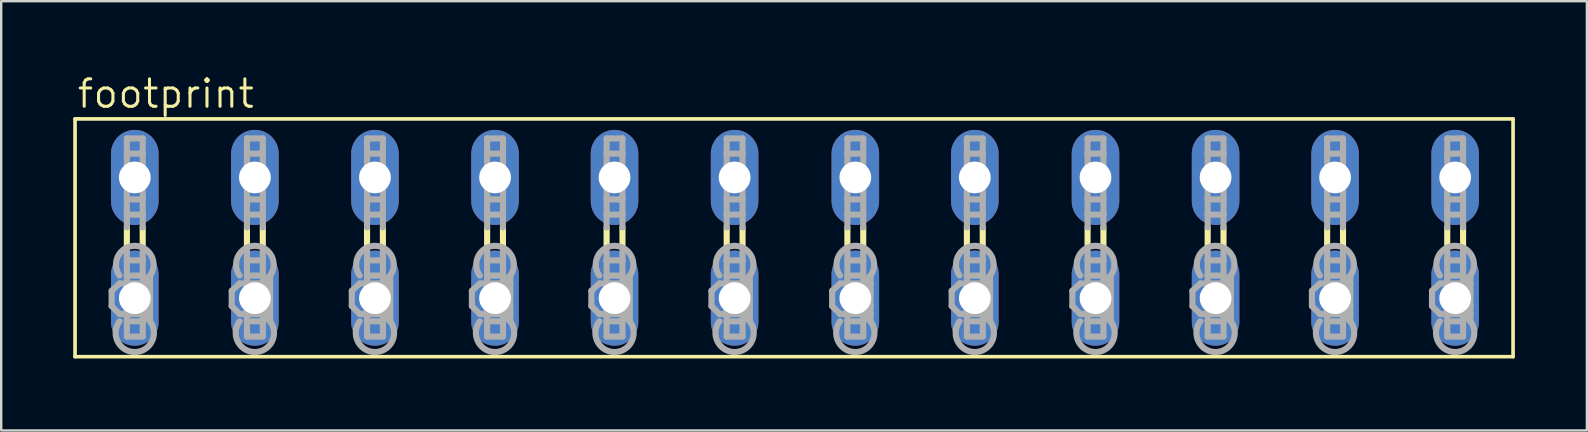
<source format=kicad_pcb>
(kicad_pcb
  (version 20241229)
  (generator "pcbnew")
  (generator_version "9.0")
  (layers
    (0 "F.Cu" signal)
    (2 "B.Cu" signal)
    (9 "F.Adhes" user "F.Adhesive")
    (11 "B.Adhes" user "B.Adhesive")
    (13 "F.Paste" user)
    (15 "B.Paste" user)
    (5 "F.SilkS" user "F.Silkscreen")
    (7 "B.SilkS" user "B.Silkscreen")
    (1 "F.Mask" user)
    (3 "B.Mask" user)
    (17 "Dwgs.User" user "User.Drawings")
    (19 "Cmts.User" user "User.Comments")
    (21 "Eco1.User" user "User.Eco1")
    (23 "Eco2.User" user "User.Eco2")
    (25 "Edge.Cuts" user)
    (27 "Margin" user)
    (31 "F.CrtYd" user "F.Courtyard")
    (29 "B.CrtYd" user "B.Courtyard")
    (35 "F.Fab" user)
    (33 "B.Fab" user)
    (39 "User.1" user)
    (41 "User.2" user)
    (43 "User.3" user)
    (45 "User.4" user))
  (footprint "footprint"
    (layer "F.Cu")
    (at 30.074 6.858)
    (property "Reference" "footprint" (at -29.972 -5.334 0) (layer "F.SilkS") (effects (font (size 1.143 1.143) (thickness 0.127)) (justify left bottom)))
    (fp_line (start -29.997 -4.953) (end -29.997 4.953) (stroke (width 0.152) (type solid)) (layer "F.SilkS"))
    (fp_line (start -29.997 -4.953) (end 29.921 -4.953) (stroke (width 0.152) (type solid)) (layer "F.SilkS"))
    (fp_line (start -27.838 0.432) (end -27.838 -0.432) (stroke (width 0.254) (type solid)) (layer "F.SilkS"))
    (fp_line (start -27.178 0.432) (end -27.178 -0.432) (stroke (width 0.254) (type solid)) (layer "F.SilkS"))
    (fp_line (start -22.835 0.432) (end -22.835 -0.432) (stroke (width 0.254) (type solid)) (layer "F.SilkS"))
    (fp_line (start -22.174 0.432) (end -22.174 -0.432) (stroke (width 0.254) (type solid)) (layer "F.SilkS"))
    (fp_line (start -17.831 0.432) (end -17.831 -0.432) (stroke (width 0.254) (type solid)) (layer "F.SilkS"))
    (fp_line (start -17.17 0.432) (end -17.17 -0.432) (stroke (width 0.254) (type solid)) (layer "F.SilkS"))
    (fp_line (start -12.827 0.432) (end -12.827 -0.432) (stroke (width 0.254) (type solid)) (layer "F.SilkS"))
    (fp_line (start -12.167 0.432) (end -12.167 -0.432) (stroke (width 0.254) (type solid)) (layer "F.SilkS"))
    (fp_line (start -7.849 0.432) (end -7.849 -0.432) (stroke (width 0.254) (type solid)) (layer "F.SilkS"))
    (fp_line (start -7.188 0.432) (end -7.188 -0.432) (stroke (width 0.254) (type solid)) (layer "F.SilkS"))
    (fp_line (start -2.845 0.432) (end -2.845 -0.432) (stroke (width 0.254) (type solid)) (layer "F.SilkS"))
    (fp_line (start -2.184 0.432) (end -2.184 -0.432) (stroke (width 0.254) (type solid)) (layer "F.SilkS"))
    (fp_line (start 2.184 0.432) (end 2.184 -0.432) (stroke (width 0.254) (type solid)) (layer "F.SilkS"))
    (fp_line (start 2.845 0.432) (end 2.845 -0.432) (stroke (width 0.254) (type solid)) (layer "F.SilkS"))
    (fp_line (start 7.163 0.432) (end 7.163 -0.432) (stroke (width 0.254) (type solid)) (layer "F.SilkS"))
    (fp_line (start 7.823 0.432) (end 7.823 -0.432) (stroke (width 0.254) (type solid)) (layer "F.SilkS"))
    (fp_line (start 12.192 0.432) (end 12.192 -0.432) (stroke (width 0.254) (type solid)) (layer "F.SilkS"))
    (fp_line (start 12.852 0.432) (end 12.852 -0.432) (stroke (width 0.254) (type solid)) (layer "F.SilkS"))
    (fp_line (start 17.196 0.432) (end 17.196 -0.432) (stroke (width 0.254) (type solid)) (layer "F.SilkS"))
    (fp_line (start 17.856 0.432) (end 17.856 -0.432) (stroke (width 0.254) (type solid)) (layer "F.SilkS"))
    (fp_line (start 22.174 0.432) (end 22.174 -0.432) (stroke (width 0.254) (type solid)) (layer "F.SilkS"))
    (fp_line (start 22.835 0.432) (end 22.835 -0.432) (stroke (width 0.254) (type solid)) (layer "F.SilkS"))
    (fp_line (start 27.178 0.432) (end 27.178 -0.432) (stroke (width 0.254) (type solid)) (layer "F.SilkS"))
    (fp_line (start 27.838 0.432) (end 27.838 -0.432) (stroke (width 0.254) (type solid)) (layer "F.SilkS"))
    (fp_line (start 29.921 4.953) (end -29.997 4.953) (stroke (width 0.152) (type solid)) (layer "F.SilkS"))
    (fp_line (start 29.921 4.953) (end 29.921 -4.953) (stroke (width 0.152) (type solid)) (layer "F.SilkS"))
    (fp_line (start -28.473 2.21) (end -28.143 1.905) (stroke (width 0.254) (type solid)) (layer "F.Fab"))
    (fp_line (start -28.473 2.845) (end -28.473 2.21) (stroke (width 0.254) (type solid)) (layer "F.Fab"))
    (fp_line (start -28.473 2.845) (end -28.143 3.175) (stroke (width 0.254) (type solid)) (layer "F.Fab"))
    (fp_line (start -27.838 -4.14) (end -27.178 -4.14) (stroke (width 0.254) (type solid)) (layer "F.Fab"))
    (fp_line (start -27.838 -3.505) (end -27.838 -4.14) (stroke (width 0.254) (type solid)) (layer "F.Fab"))
    (fp_line (start -27.838 -3.505) (end -27.838 -1.6) (stroke (width 0.254) (type solid)) (layer "F.Fab"))
    (fp_line (start -27.838 -1.6) (end -27.838 -0.965) (stroke (width 0.254) (type solid)) (layer "F.Fab"))
    (fp_line (start -27.838 -1.6) (end -27.178 -1.6) (stroke (width 0.254) (type solid)) (layer "F.Fab"))
    (fp_line (start -27.838 -0.965) (end -27.178 -0.965) (stroke (width 0.254) (type solid)) (layer "F.Fab"))
    (fp_line (start -27.838 -0.432) (end -27.838 -0.965) (stroke (width 0.254) (type solid)) (layer "F.Fab"))
    (fp_line (start -27.838 0.94) (end -27.838 0.432) (stroke (width 0.254) (type solid)) (layer "F.Fab"))
    (fp_line (start -27.838 0.94) (end -27.178 0.94) (stroke (width 0.254) (type solid)) (layer "F.Fab"))
    (fp_line (start -27.838 1.575) (end -27.838 0.94) (stroke (width 0.254) (type solid)) (layer "F.Fab"))
    (fp_line (start -27.838 1.575) (end -27.838 3.48) (stroke (width 0.254) (type solid)) (layer "F.Fab"))
    (fp_line (start -27.838 3.48) (end -27.838 4.115) (stroke (width 0.254) (type solid)) (layer "F.Fab"))
    (fp_line (start -27.838 3.48) (end -27.178 3.48) (stroke (width 0.254) (type solid)) (layer "F.Fab"))
    (fp_line (start -27.838 4.115) (end -27.178 4.115) (stroke (width 0.254) (type solid)) (layer "F.Fab"))
    (fp_line (start -27.178 -4.14) (end -27.178 -3.505) (stroke (width 0.254) (type solid)) (layer "F.Fab"))
    (fp_line (start -27.178 -3.505) (end -27.838 -3.505) (stroke (width 0.254) (type solid)) (layer "F.Fab"))
    (fp_line (start -27.178 -1.6) (end -27.178 -3.505) (stroke (width 0.254) (type solid)) (layer "F.Fab"))
    (fp_line (start -27.178 -0.965) (end -27.178 -1.6) (stroke (width 0.254) (type solid)) (layer "F.Fab"))
    (fp_line (start -27.178 -0.432) (end -27.178 -0.965) (stroke (width 0.254) (type solid)) (layer "F.Fab"))
    (fp_line (start -27.178 0.94) (end -27.178 0.432) (stroke (width 0.254) (type solid)) (layer "F.Fab"))
    (fp_line (start -27.178 0.94) (end -27.178 1.575) (stroke (width 0.254) (type solid)) (layer "F.Fab"))
    (fp_line (start -27.178 1.575) (end -27.838 1.575) (stroke (width 0.254) (type solid)) (layer "F.Fab"))
    (fp_line (start -27.178 1.905) (end -28.143 1.905) (stroke (width 0.254) (type solid)) (layer "F.Fab"))
    (fp_line (start -27.178 1.905) (end -27.178 1.575) (stroke (width 0.254) (type solid)) (layer "F.Fab"))
    (fp_line (start -27.178 1.905) (end -26.873 1.575) (stroke (width 0.254) (type solid)) (layer "F.Fab"))
    (fp_line (start -27.178 1.905) (end -26.873 2.21) (stroke (width 0.254) (type solid)) (layer "F.Fab"))
    (fp_line (start -27.178 3.175) (end -28.143 3.175) (stroke (width 0.254) (type solid)) (layer "F.Fab"))
    (fp_line (start -27.178 3.175) (end -27.178 1.905) (stroke (width 0.254) (type solid)) (layer "F.Fab"))
    (fp_line (start -27.178 3.175) (end -26.873 2.845) (stroke (width 0.254) (type solid)) (layer "F.Fab"))
    (fp_line (start -27.178 3.175) (end -26.873 3.48) (stroke (width 0.254) (type solid)) (layer "F.Fab"))
    (fp_line (start -27.178 3.48) (end -27.178 3.175) (stroke (width 0.254) (type solid)) (layer "F.Fab"))
    (fp_line (start -27.178 4.115) (end -27.178 3.48) (stroke (width 0.254) (type solid)) (layer "F.Fab"))
    (fp_line (start -26.873 1.905) (end -27.178 1.905) (stroke (width 0.254) (type solid)) (layer "F.Fab"))
    (fp_line (start -26.873 1.905) (end -26.873 1.575) (stroke (width 0.254) (type solid)) (layer "F.Fab"))
    (fp_line (start -26.873 2.21) (end -26.873 1.905) (stroke (width 0.254) (type solid)) (layer "F.Fab"))
    (fp_line (start -26.873 2.845) (end -26.873 2.21) (stroke (width 0.254) (type solid)) (layer "F.Fab"))
    (fp_line (start -26.873 3.175) (end -27.178 3.175) (stroke (width 0.254) (type solid)) (layer "F.Fab"))
    (fp_line (start -26.873 3.175) (end -26.873 2.845) (stroke (width 0.254) (type solid)) (layer "F.Fab"))
    (fp_line (start -26.873 3.48) (end -26.873 3.175) (stroke (width 0.254) (type solid)) (layer "F.Fab"))
    (fp_line (start -23.47 2.21) (end -23.139 1.905) (stroke (width 0.254) (type solid)) (layer "F.Fab"))
    (fp_line (start -23.47 2.845) (end -23.47 2.21) (stroke (width 0.254) (type solid)) (layer "F.Fab"))
    (fp_line (start -23.47 2.845) (end -23.139 3.175) (stroke (width 0.254) (type solid)) (layer "F.Fab"))
    (fp_line (start -22.835 -4.14) (end -22.174 -4.14) (stroke (width 0.254) (type solid)) (layer "F.Fab"))
    (fp_line (start -22.835 -3.505) (end -22.835 -4.14) (stroke (width 0.254) (type solid)) (layer "F.Fab"))
    (fp_line (start -22.835 -3.505) (end -22.835 -1.6) (stroke (width 0.254) (type solid)) (layer "F.Fab"))
    (fp_line (start -22.835 -1.6) (end -22.835 -0.965) (stroke (width 0.254) (type solid)) (layer "F.Fab"))
    (fp_line (start -22.835 -1.6) (end -22.174 -1.6) (stroke (width 0.254) (type solid)) (layer "F.Fab"))
    (fp_line (start -22.835 -0.965) (end -22.174 -0.965) (stroke (width 0.254) (type solid)) (layer "F.Fab"))
    (fp_line (start -22.835 -0.432) (end -22.835 -0.965) (stroke (width 0.254) (type solid)) (layer "F.Fab"))
    (fp_line (start -22.835 0.94) (end -22.835 0.432) (stroke (width 0.254) (type solid)) (layer "F.Fab"))
    (fp_line (start -22.835 0.94) (end -22.174 0.94) (stroke (width 0.254) (type solid)) (layer "F.Fab"))
    (fp_line (start -22.835 1.575) (end -22.835 0.94) (stroke (width 0.254) (type solid)) (layer "F.Fab"))
    (fp_line (start -22.835 1.575) (end -22.835 3.48) (stroke (width 0.254) (type solid)) (layer "F.Fab"))
    (fp_line (start -22.835 3.48) (end -22.835 4.115) (stroke (width 0.254) (type solid)) (layer "F.Fab"))
    (fp_line (start -22.835 3.48) (end -22.174 3.48) (stroke (width 0.254) (type solid)) (layer "F.Fab"))
    (fp_line (start -22.835 4.115) (end -22.174 4.115) (stroke (width 0.254) (type solid)) (layer "F.Fab"))
    (fp_line (start -22.174 -4.14) (end -22.174 -3.505) (stroke (width 0.254) (type solid)) (layer "F.Fab"))
    (fp_line (start -22.174 -3.505) (end -22.835 -3.505) (stroke (width 0.254) (type solid)) (layer "F.Fab"))
    (fp_line (start -22.174 -1.6) (end -22.174 -3.505) (stroke (width 0.254) (type solid)) (layer "F.Fab"))
    (fp_line (start -22.174 -0.965) (end -22.174 -1.6) (stroke (width 0.254) (type solid)) (layer "F.Fab"))
    (fp_line (start -22.174 -0.432) (end -22.174 -0.965) (stroke (width 0.254) (type solid)) (layer "F.Fab"))
    (fp_line (start -22.174 0.94) (end -22.174 0.432) (stroke (width 0.254) (type solid)) (layer "F.Fab"))
    (fp_line (start -22.174 0.94) (end -22.174 1.575) (stroke (width 0.254) (type solid)) (layer "F.Fab"))
    (fp_line (start -22.174 1.575) (end -22.835 1.575) (stroke (width 0.254) (type solid)) (layer "F.Fab"))
    (fp_line (start -22.174 1.905) (end -23.139 1.905) (stroke (width 0.254) (type solid)) (layer "F.Fab"))
    (fp_line (start -22.174 1.905) (end -22.174 1.575) (stroke (width 0.254) (type solid)) (layer "F.Fab"))
    (fp_line (start -22.174 1.905) (end -21.869 1.575) (stroke (width 0.254) (type solid)) (layer "F.Fab"))
    (fp_line (start -22.174 1.905) (end -21.869 2.21) (stroke (width 0.254) (type solid)) (layer "F.Fab"))
    (fp_line (start -22.174 3.175) (end -23.139 3.175) (stroke (width 0.254) (type solid)) (layer "F.Fab"))
    (fp_line (start -22.174 3.175) (end -22.174 1.905) (stroke (width 0.254) (type solid)) (layer "F.Fab"))
    (fp_line (start -22.174 3.175) (end -21.869 2.845) (stroke (width 0.254) (type solid)) (layer "F.Fab"))
    (fp_line (start -22.174 3.175) (end -21.869 3.48) (stroke (width 0.254) (type solid)) (layer "F.Fab"))
    (fp_line (start -22.174 3.48) (end -22.174 3.175) (stroke (width 0.254) (type solid)) (layer "F.Fab"))
    (fp_line (start -22.174 4.115) (end -22.174 3.48) (stroke (width 0.254) (type solid)) (layer "F.Fab"))
    (fp_line (start -21.869 1.905) (end -22.174 1.905) (stroke (width 0.254) (type solid)) (layer "F.Fab"))
    (fp_line (start -21.869 1.905) (end -21.869 1.575) (stroke (width 0.254) (type solid)) (layer "F.Fab"))
    (fp_line (start -21.869 2.21) (end -21.869 1.905) (stroke (width 0.254) (type solid)) (layer "F.Fab"))
    (fp_line (start -21.869 2.845) (end -21.869 2.21) (stroke (width 0.254) (type solid)) (layer "F.Fab"))
    (fp_line (start -21.869 3.175) (end -22.174 3.175) (stroke (width 0.254) (type solid)) (layer "F.Fab"))
    (fp_line (start -21.869 3.175) (end -21.869 2.845) (stroke (width 0.254) (type solid)) (layer "F.Fab"))
    (fp_line (start -21.869 3.48) (end -21.869 3.175) (stroke (width 0.254) (type solid)) (layer "F.Fab"))
    (fp_line (start -18.466 2.21) (end -18.136 1.905) (stroke (width 0.254) (type solid)) (layer "F.Fab"))
    (fp_line (start -18.466 2.845) (end -18.466 2.21) (stroke (width 0.254) (type solid)) (layer "F.Fab"))
    (fp_line (start -18.466 2.845) (end -18.136 3.175) (stroke (width 0.254) (type solid)) (layer "F.Fab"))
    (fp_line (start -17.831 -4.14) (end -17.17 -4.14) (stroke (width 0.254) (type solid)) (layer "F.Fab"))
    (fp_line (start -17.831 -3.505) (end -17.831 -4.14) (stroke (width 0.254) (type solid)) (layer "F.Fab"))
    (fp_line (start -17.831 -3.505) (end -17.831 -1.6) (stroke (width 0.254) (type solid)) (layer "F.Fab"))
    (fp_line (start -17.831 -1.6) (end -17.17 -1.6) (stroke (width 0.254) (type solid)) (layer "F.Fab"))
    (fp_line (start -17.831 -0.965) (end -17.831 -1.6) (stroke (width 0.254) (type solid)) (layer "F.Fab"))
    (fp_line (start -17.831 -0.965) (end -17.17 -0.965) (stroke (width 0.254) (type solid)) (layer "F.Fab"))
    (fp_line (start -17.831 -0.432) (end -17.831 -0.965) (stroke (width 0.254) (type solid)) (layer "F.Fab"))
    (fp_line (start -17.831 0.94) (end -17.831 0.432) (stroke (width 0.254) (type solid)) (layer "F.Fab"))
    (fp_line (start -17.831 0.94) (end -17.17 0.94) (stroke (width 0.254) (type solid)) (layer "F.Fab"))
    (fp_line (start -17.831 1.575) (end -17.831 0.94) (stroke (width 0.254) (type solid)) (layer "F.Fab"))
    (fp_line (start -17.831 1.575) (end -17.831 3.48) (stroke (width 0.254) (type solid)) (layer "F.Fab"))
    (fp_line (start -17.831 3.48) (end -17.831 4.115) (stroke (width 0.254) (type solid)) (layer "F.Fab"))
    (fp_line (start -17.831 3.48) (end -17.17 3.48) (stroke (width 0.254) (type solid)) (layer "F.Fab"))
    (fp_line (start -17.831 4.115) (end -17.17 4.115) (stroke (width 0.254) (type solid)) (layer "F.Fab"))
    (fp_line (start -17.17 -4.14) (end -17.17 -3.505) (stroke (width 0.254) (type solid)) (layer "F.Fab"))
    (fp_line (start -17.17 -3.505) (end -17.831 -3.505) (stroke (width 0.254) (type solid)) (layer "F.Fab"))
    (fp_line (start -17.17 -1.6) (end -17.17 -3.505) (stroke (width 0.254) (type solid)) (layer "F.Fab"))
    (fp_line (start -17.17 -0.965) (end -17.17 -1.6) (stroke (width 0.254) (type solid)) (layer "F.Fab"))
    (fp_line (start -17.17 -0.432) (end -17.17 -0.965) (stroke (width 0.254) (type solid)) (layer "F.Fab"))
    (fp_line (start -17.17 0.94) (end -17.17 0.432) (stroke (width 0.254) (type solid)) (layer "F.Fab"))
    (fp_line (start -17.17 0.94) (end -17.17 1.575) (stroke (width 0.254) (type solid)) (layer "F.Fab"))
    (fp_line (start -17.17 1.575) (end -17.831 1.575) (stroke (width 0.254) (type solid)) (layer "F.Fab"))
    (fp_line (start -17.17 1.905) (end -18.136 1.905) (stroke (width 0.254) (type solid)) (layer "F.Fab"))
    (fp_line (start -17.17 1.905) (end -17.17 1.575) (stroke (width 0.254) (type solid)) (layer "F.Fab"))
    (fp_line (start -17.17 1.905) (end -16.866 1.575) (stroke (width 0.254) (type solid)) (layer "F.Fab"))
    (fp_line (start -17.17 1.905) (end -16.866 2.21) (stroke (width 0.254) (type solid)) (layer "F.Fab"))
    (fp_line (start -17.17 3.175) (end -18.136 3.175) (stroke (width 0.254) (type solid)) (layer "F.Fab"))
    (fp_line (start -17.17 3.175) (end -17.17 1.905) (stroke (width 0.254) (type solid)) (layer "F.Fab"))
    (fp_line (start -17.17 3.175) (end -16.866 2.845) (stroke (width 0.254) (type solid)) (layer "F.Fab"))
    (fp_line (start -17.17 3.175) (end -16.866 3.48) (stroke (width 0.254) (type solid)) (layer "F.Fab"))
    (fp_line (start -17.17 3.48) (end -17.17 3.175) (stroke (width 0.254) (type solid)) (layer "F.Fab"))
    (fp_line (start -17.17 4.115) (end -17.17 3.48) (stroke (width 0.254) (type solid)) (layer "F.Fab"))
    (fp_line (start -16.866 1.905) (end -17.17 1.905) (stroke (width 0.254) (type solid)) (layer "F.Fab"))
    (fp_line (start -16.866 1.905) (end -16.866 1.575) (stroke (width 0.254) (type solid)) (layer "F.Fab"))
    (fp_line (start -16.866 2.21) (end -16.866 1.905) (stroke (width 0.254) (type solid)) (layer "F.Fab"))
    (fp_line (start -16.866 2.845) (end -16.866 2.21) (stroke (width 0.254) (type solid)) (layer "F.Fab"))
    (fp_line (start -16.866 3.175) (end -17.17 3.175) (stroke (width 0.254) (type solid)) (layer "F.Fab"))
    (fp_line (start -16.866 3.175) (end -16.866 2.845) (stroke (width 0.254) (type solid)) (layer "F.Fab"))
    (fp_line (start -16.866 3.48) (end -16.866 3.175) (stroke (width 0.254) (type solid)) (layer "F.Fab"))
    (fp_line (start -13.462 2.21) (end -13.132 1.905) (stroke (width 0.254) (type solid)) (layer "F.Fab"))
    (fp_line (start -13.462 2.845) (end -13.462 2.21) (stroke (width 0.254) (type solid)) (layer "F.Fab"))
    (fp_line (start -13.462 2.845) (end -13.132 3.175) (stroke (width 0.254) (type solid)) (layer "F.Fab"))
    (fp_line (start -12.827 -4.14) (end -12.167 -4.14) (stroke (width 0.254) (type solid)) (layer "F.Fab"))
    (fp_line (start -12.827 -3.505) (end -12.827 -4.14) (stroke (width 0.254) (type solid)) (layer "F.Fab"))
    (fp_line (start -12.827 -3.505) (end -12.827 -1.6) (stroke (width 0.254) (type solid)) (layer "F.Fab"))
    (fp_line (start -12.827 -1.6) (end -12.167 -1.6) (stroke (width 0.254) (type solid)) (layer "F.Fab"))
    (fp_line (start -12.827 -0.965) (end -12.827 -1.6) (stroke (width 0.254) (type solid)) (layer "F.Fab"))
    (fp_line (start -12.827 -0.965) (end -12.167 -0.965) (stroke (width 0.254) (type solid)) (layer "F.Fab"))
    (fp_line (start -12.827 -0.432) (end -12.827 -0.965) (stroke (width 0.254) (type solid)) (layer "F.Fab"))
    (fp_line (start -12.827 0.94) (end -12.827 0.432) (stroke (width 0.254) (type solid)) (layer "F.Fab"))
    (fp_line (start -12.827 0.94) (end -12.167 0.94) (stroke (width 0.254) (type solid)) (layer "F.Fab"))
    (fp_line (start -12.827 1.575) (end -12.827 0.94) (stroke (width 0.254) (type solid)) (layer "F.Fab"))
    (fp_line (start -12.827 1.575) (end -12.827 3.48) (stroke (width 0.254) (type solid)) (layer "F.Fab"))
    (fp_line (start -12.827 3.48) (end -12.827 4.115) (stroke (width 0.254) (type solid)) (layer "F.Fab"))
    (fp_line (start -12.827 3.48) (end -12.167 3.48) (stroke (width 0.254) (type solid)) (layer "F.Fab"))
    (fp_line (start -12.827 4.115) (end -12.167 4.115) (stroke (width 0.254) (type solid)) (layer "F.Fab"))
    (fp_line (start -12.167 -4.14) (end -12.167 -3.505) (stroke (width 0.254) (type solid)) (layer "F.Fab"))
    (fp_line (start -12.167 -3.505) (end -12.827 -3.505) (stroke (width 0.254) (type solid)) (layer "F.Fab"))
    (fp_line (start -12.167 -1.6) (end -12.167 -3.505) (stroke (width 0.254) (type solid)) (layer "F.Fab"))
    (fp_line (start -12.167 -0.965) (end -12.167 -1.6) (stroke (width 0.254) (type solid)) (layer "F.Fab"))
    (fp_line (start -12.167 -0.432) (end -12.167 -0.965) (stroke (width 0.254) (type solid)) (layer "F.Fab"))
    (fp_line (start -12.167 0.94) (end -12.167 0.432) (stroke (width 0.254) (type solid)) (layer "F.Fab"))
    (fp_line (start -12.167 0.94) (end -12.167 1.575) (stroke (width 0.254) (type solid)) (layer "F.Fab"))
    (fp_line (start -12.167 1.575) (end -12.827 1.575) (stroke (width 0.254) (type solid)) (layer "F.Fab"))
    (fp_line (start -12.167 1.905) (end -13.132 1.905) (stroke (width 0.254) (type solid)) (layer "F.Fab"))
    (fp_line (start -12.167 1.905) (end -12.167 1.575) (stroke (width 0.254) (type solid)) (layer "F.Fab"))
    (fp_line (start -12.167 1.905) (end -11.862 1.575) (stroke (width 0.254) (type solid)) (layer "F.Fab"))
    (fp_line (start -12.167 1.905) (end -11.862 2.21) (stroke (width 0.254) (type solid)) (layer "F.Fab"))
    (fp_line (start -12.167 3.175) (end -13.132 3.175) (stroke (width 0.254) (type solid)) (layer "F.Fab"))
    (fp_line (start -12.167 3.175) (end -12.167 1.905) (stroke (width 0.254) (type solid)) (layer "F.Fab"))
    (fp_line (start -12.167 3.175) (end -11.862 2.845) (stroke (width 0.254) (type solid)) (layer "F.Fab"))
    (fp_line (start -12.167 3.175) (end -11.862 3.48) (stroke (width 0.254) (type solid)) (layer "F.Fab"))
    (fp_line (start -12.167 3.48) (end -12.167 3.175) (stroke (width 0.254) (type solid)) (layer "F.Fab"))
    (fp_line (start -12.167 4.115) (end -12.167 3.48) (stroke (width 0.254) (type solid)) (layer "F.Fab"))
    (fp_line (start -11.862 1.905) (end -12.167 1.905) (stroke (width 0.254) (type solid)) (layer "F.Fab"))
    (fp_line (start -11.862 1.905) (end -11.862 1.575) (stroke (width 0.254) (type solid)) (layer "F.Fab"))
    (fp_line (start -11.862 2.21) (end -11.862 1.905) (stroke (width 0.254) (type solid)) (layer "F.Fab"))
    (fp_line (start -11.862 2.845) (end -11.862 2.21) (stroke (width 0.254) (type solid)) (layer "F.Fab"))
    (fp_line (start -11.862 3.175) (end -12.167 3.175) (stroke (width 0.254) (type solid)) (layer "F.Fab"))
    (fp_line (start -11.862 3.175) (end -11.862 2.845) (stroke (width 0.254) (type solid)) (layer "F.Fab"))
    (fp_line (start -11.862 3.48) (end -11.862 3.175) (stroke (width 0.254) (type solid)) (layer "F.Fab"))
    (fp_line (start -8.484 2.21) (end -8.153 1.905) (stroke (width 0.254) (type solid)) (layer "F.Fab"))
    (fp_line (start -8.484 2.845) (end -8.484 2.21) (stroke (width 0.254) (type solid)) (layer "F.Fab"))
    (fp_line (start -8.484 2.845) (end -8.153 3.175) (stroke (width 0.254) (type solid)) (layer "F.Fab"))
    (fp_line (start -7.849 -4.14) (end -7.188 -4.14) (stroke (width 0.254) (type solid)) (layer "F.Fab"))
    (fp_line (start -7.849 -3.505) (end -7.849 -4.14) (stroke (width 0.254) (type solid)) (layer "F.Fab"))
    (fp_line (start -7.849 -3.505) (end -7.849 -1.6) (stroke (width 0.254) (type solid)) (layer "F.Fab"))
    (fp_line (start -7.849 -1.6) (end -7.849 -0.965) (stroke (width 0.254) (type solid)) (layer "F.Fab"))
    (fp_line (start -7.849 -1.6) (end -7.188 -1.6) (stroke (width 0.254) (type solid)) (layer "F.Fab"))
    (fp_line (start -7.849 -0.965) (end -7.188 -0.965) (stroke (width 0.254) (type solid)) (layer "F.Fab"))
    (fp_line (start -7.849 -0.432) (end -7.849 -0.965) (stroke (width 0.254) (type solid)) (layer "F.Fab"))
    (fp_line (start -7.849 0.94) (end -7.849 0.432) (stroke (width 0.254) (type solid)) (layer "F.Fab"))
    (fp_line (start -7.849 0.94) (end -7.188 0.94) (stroke (width 0.254) (type solid)) (layer "F.Fab"))
    (fp_line (start -7.849 1.575) (end -7.849 0.94) (stroke (width 0.254) (type solid)) (layer "F.Fab"))
    (fp_line (start -7.849 1.575) (end -7.849 3.48) (stroke (width 0.254) (type solid)) (layer "F.Fab"))
    (fp_line (start -7.849 3.48) (end -7.849 4.115) (stroke (width 0.254) (type solid)) (layer "F.Fab"))
    (fp_line (start -7.849 3.48) (end -7.188 3.48) (stroke (width 0.254) (type solid)) (layer "F.Fab"))
    (fp_line (start -7.849 4.115) (end -7.188 4.115) (stroke (width 0.254) (type solid)) (layer "F.Fab"))
    (fp_line (start -7.188 -4.14) (end -7.188 -3.505) (stroke (width 0.254) (type solid)) (layer "F.Fab"))
    (fp_line (start -7.188 -3.505) (end -7.849 -3.505) (stroke (width 0.254) (type solid)) (layer "F.Fab"))
    (fp_line (start -7.188 -1.6) (end -7.188 -3.505) (stroke (width 0.254) (type solid)) (layer "F.Fab"))
    (fp_line (start -7.188 -0.965) (end -7.188 -1.6) (stroke (width 0.254) (type solid)) (layer "F.Fab"))
    (fp_line (start -7.188 -0.432) (end -7.188 -0.965) (stroke (width 0.254) (type solid)) (layer "F.Fab"))
    (fp_line (start -7.188 0.94) (end -7.188 0.432) (stroke (width 0.254) (type solid)) (layer "F.Fab"))
    (fp_line (start -7.188 0.94) (end -7.188 1.575) (stroke (width 0.254) (type solid)) (layer "F.Fab"))
    (fp_line (start -7.188 1.575) (end -7.849 1.575) (stroke (width 0.254) (type solid)) (layer "F.Fab"))
    (fp_line (start -7.188 1.905) (end -8.153 1.905) (stroke (width 0.254) (type solid)) (layer "F.Fab"))
    (fp_line (start -7.188 1.905) (end -7.188 1.575) (stroke (width 0.254) (type solid)) (layer "F.Fab"))
    (fp_line (start -7.188 1.905) (end -6.883 1.575) (stroke (width 0.254) (type solid)) (layer "F.Fab"))
    (fp_line (start -7.188 1.905) (end -6.883 2.21) (stroke (width 0.254) (type solid)) (layer "F.Fab"))
    (fp_line (start -7.188 3.175) (end -8.153 3.175) (stroke (width 0.254) (type solid)) (layer "F.Fab"))
    (fp_line (start -7.188 3.175) (end -7.188 1.905) (stroke (width 0.254) (type solid)) (layer "F.Fab"))
    (fp_line (start -7.188 3.175) (end -6.883 2.845) (stroke (width 0.254) (type solid)) (layer "F.Fab"))
    (fp_line (start -7.188 3.175) (end -6.883 3.48) (stroke (width 0.254) (type solid)) (layer "F.Fab"))
    (fp_line (start -7.188 3.48) (end -7.188 3.175) (stroke (width 0.254) (type solid)) (layer "F.Fab"))
    (fp_line (start -7.188 4.115) (end -7.188 3.48) (stroke (width 0.254) (type solid)) (layer "F.Fab"))
    (fp_line (start -6.883 1.905) (end -7.188 1.905) (stroke (width 0.254) (type solid)) (layer "F.Fab"))
    (fp_line (start -6.883 1.905) (end -6.883 1.575) (stroke (width 0.254) (type solid)) (layer "F.Fab"))
    (fp_line (start -6.883 2.21) (end -6.883 1.905) (stroke (width 0.254) (type solid)) (layer "F.Fab"))
    (fp_line (start -6.883 2.845) (end -6.883 2.21) (stroke (width 0.254) (type solid)) (layer "F.Fab"))
    (fp_line (start -6.883 3.175) (end -7.188 3.175) (stroke (width 0.254) (type solid)) (layer "F.Fab"))
    (fp_line (start -6.883 3.175) (end -6.883 2.845) (stroke (width 0.254) (type solid)) (layer "F.Fab"))
    (fp_line (start -6.883 3.48) (end -6.883 3.175) (stroke (width 0.254) (type solid)) (layer "F.Fab"))
    (fp_line (start -3.48 2.21) (end -3.15 1.905) (stroke (width 0.254) (type solid)) (layer "F.Fab"))
    (fp_line (start -3.48 2.845) (end -3.48 2.21) (stroke (width 0.254) (type solid)) (layer "F.Fab"))
    (fp_line (start -3.48 2.845) (end -3.15 3.175) (stroke (width 0.254) (type solid)) (layer "F.Fab"))
    (fp_line (start -2.845 -4.14) (end -2.184 -4.14) (stroke (width 0.254) (type solid)) (layer "F.Fab"))
    (fp_line (start -2.845 -3.505) (end -2.845 -4.14) (stroke (width 0.254) (type solid)) (layer "F.Fab"))
    (fp_line (start -2.845 -3.505) (end -2.845 -1.6) (stroke (width 0.254) (type solid)) (layer "F.Fab"))
    (fp_line (start -2.845 -1.6) (end -2.845 -0.965) (stroke (width 0.254) (type solid)) (layer "F.Fab"))
    (fp_line (start -2.845 -1.6) (end -2.184 -1.6) (stroke (width 0.254) (type solid)) (layer "F.Fab"))
    (fp_line (start -2.845 -0.965) (end -2.184 -0.965) (stroke (width 0.254) (type solid)) (layer "F.Fab"))
    (fp_line (start -2.845 -0.432) (end -2.845 -0.965) (stroke (width 0.254) (type solid)) (layer "F.Fab"))
    (fp_line (start -2.845 0.94) (end -2.845 0.432) (stroke (width 0.254) (type solid)) (layer "F.Fab"))
    (fp_line (start -2.845 0.94) (end -2.184 0.94) (stroke (width 0.254) (type solid)) (layer "F.Fab"))
    (fp_line (start -2.845 1.575) (end -2.845 0.94) (stroke (width 0.254) (type solid)) (layer "F.Fab"))
    (fp_line (start -2.845 1.575) (end -2.845 3.48) (stroke (width 0.254) (type solid)) (layer "F.Fab"))
    (fp_line (start -2.845 3.48) (end -2.845 4.115) (stroke (width 0.254) (type solid)) (layer "F.Fab"))
    (fp_line (start -2.845 3.48) (end -2.184 3.48) (stroke (width 0.254) (type solid)) (layer "F.Fab"))
    (fp_line (start -2.845 4.115) (end -2.184 4.115) (stroke (width 0.254) (type solid)) (layer "F.Fab"))
    (fp_line (start -2.184 -4.14) (end -2.184 -3.505) (stroke (width 0.254) (type solid)) (layer "F.Fab"))
    (fp_line (start -2.184 -3.505) (end -2.845 -3.505) (stroke (width 0.254) (type solid)) (layer "F.Fab"))
    (fp_line (start -2.184 -1.6) (end -2.184 -3.505) (stroke (width 0.254) (type solid)) (layer "F.Fab"))
    (fp_line (start -2.184 -0.965) (end -2.184 -1.6) (stroke (width 0.254) (type solid)) (layer "F.Fab"))
    (fp_line (start -2.184 -0.432) (end -2.184 -0.965) (stroke (width 0.254) (type solid)) (layer "F.Fab"))
    (fp_line (start -2.184 0.94) (end -2.184 0.432) (stroke (width 0.254) (type solid)) (layer "F.Fab"))
    (fp_line (start -2.184 0.94) (end -2.184 1.575) (stroke (width 0.254) (type solid)) (layer "F.Fab"))
    (fp_line (start -2.184 1.575) (end -2.845 1.575) (stroke (width 0.254) (type solid)) (layer "F.Fab"))
    (fp_line (start -2.184 1.905) (end -3.15 1.905) (stroke (width 0.254) (type solid)) (layer "F.Fab"))
    (fp_line (start -2.184 1.905) (end -2.184 1.575) (stroke (width 0.254) (type solid)) (layer "F.Fab"))
    (fp_line (start -2.184 1.905) (end -1.88 1.575) (stroke (width 0.254) (type solid)) (layer "F.Fab"))
    (fp_line (start -2.184 1.905) (end -1.88 2.21) (stroke (width 0.254) (type solid)) (layer "F.Fab"))
    (fp_line (start -2.184 3.175) (end -3.15 3.175) (stroke (width 0.254) (type solid)) (layer "F.Fab"))
    (fp_line (start -2.184 3.175) (end -2.184 1.905) (stroke (width 0.254) (type solid)) (layer "F.Fab"))
    (fp_line (start -2.184 3.175) (end -1.88 2.845) (stroke (width 0.254) (type solid)) (layer "F.Fab"))
    (fp_line (start -2.184 3.175) (end -1.88 3.48) (stroke (width 0.254) (type solid)) (layer "F.Fab"))
    (fp_line (start -2.184 3.48) (end -2.184 3.175) (stroke (width 0.254) (type solid)) (layer "F.Fab"))
    (fp_line (start -2.184 4.115) (end -2.184 3.48) (stroke (width 0.254) (type solid)) (layer "F.Fab"))
    (fp_line (start -1.88 1.905) (end -2.184 1.905) (stroke (width 0.254) (type solid)) (layer "F.Fab"))
    (fp_line (start -1.88 1.905) (end -1.88 1.575) (stroke (width 0.254) (type solid)) (layer "F.Fab"))
    (fp_line (start -1.88 2.21) (end -1.88 1.905) (stroke (width 0.254) (type solid)) (layer "F.Fab"))
    (fp_line (start -1.88 2.845) (end -1.88 2.21) (stroke (width 0.254) (type solid)) (layer "F.Fab"))
    (fp_line (start -1.88 3.175) (end -2.184 3.175) (stroke (width 0.254) (type solid)) (layer "F.Fab"))
    (fp_line (start -1.88 3.175) (end -1.88 2.845) (stroke (width 0.254) (type solid)) (layer "F.Fab"))
    (fp_line (start -1.88 3.48) (end -1.88 3.175) (stroke (width 0.254) (type solid)) (layer "F.Fab"))
    (fp_line (start 1.549 2.21) (end 1.88 1.905) (stroke (width 0.254) (type solid)) (layer "F.Fab"))
    (fp_line (start 1.549 2.845) (end 1.549 2.21) (stroke (width 0.254) (type solid)) (layer "F.Fab"))
    (fp_line (start 1.549 2.845) (end 1.88 3.175) (stroke (width 0.254) (type solid)) (layer "F.Fab"))
    (fp_line (start 2.184 -4.14) (end 2.845 -4.14) (stroke (width 0.254) (type solid)) (layer "F.Fab"))
    (fp_line (start 2.184 -3.505) (end 2.184 -4.14) (stroke (width 0.254) (type solid)) (layer "F.Fab"))
    (fp_line (start 2.184 -3.505) (end 2.184 -1.6) (stroke (width 0.254) (type solid)) (layer "F.Fab"))
    (fp_line (start 2.184 -1.6) (end 2.184 -0.965) (stroke (width 0.254) (type solid)) (layer "F.Fab"))
    (fp_line (start 2.184 -1.6) (end 2.845 -1.6) (stroke (width 0.254) (type solid)) (layer "F.Fab"))
    (fp_line (start 2.184 -0.965) (end 2.845 -0.965) (stroke (width 0.254) (type solid)) (layer "F.Fab"))
    (fp_line (start 2.184 -0.432) (end 2.184 -0.965) (stroke (width 0.254) (type solid)) (layer "F.Fab"))
    (fp_line (start 2.184 0.94) (end 2.184 0.432) (stroke (width 0.254) (type solid)) (layer "F.Fab"))
    (fp_line (start 2.184 0.94) (end 2.845 0.94) (stroke (width 0.254) (type solid)) (layer "F.Fab"))
    (fp_line (start 2.184 1.575) (end 2.184 0.94) (stroke (width 0.254) (type solid)) (layer "F.Fab"))
    (fp_line (start 2.184 1.575) (end 2.184 3.48) (stroke (width 0.254) (type solid)) (layer "F.Fab"))
    (fp_line (start 2.184 3.48) (end 2.184 4.115) (stroke (width 0.254) (type solid)) (layer "F.Fab"))
    (fp_line (start 2.184 3.48) (end 2.845 3.48) (stroke (width 0.254) (type solid)) (layer "F.Fab"))
    (fp_line (start 2.184 4.115) (end 2.845 4.115) (stroke (width 0.254) (type solid)) (layer "F.Fab"))
    (fp_line (start 2.845 -4.14) (end 2.845 -3.505) (stroke (width 0.254) (type solid)) (layer "F.Fab"))
    (fp_line (start 2.845 -3.505) (end 2.184 -3.505) (stroke (width 0.254) (type solid)) (layer "F.Fab"))
    (fp_line (start 2.845 -1.6) (end 2.845 -3.505) (stroke (width 0.254) (type solid)) (layer "F.Fab"))
    (fp_line (start 2.845 -0.965) (end 2.845 -1.6) (stroke (width 0.254) (type solid)) (layer "F.Fab"))
    (fp_line (start 2.845 -0.432) (end 2.845 -0.965) (stroke (width 0.254) (type solid)) (layer "F.Fab"))
    (fp_line (start 2.845 0.94) (end 2.845 0.432) (stroke (width 0.254) (type solid)) (layer "F.Fab"))
    (fp_line (start 2.845 0.94) (end 2.845 1.575) (stroke (width 0.254) (type solid)) (layer "F.Fab"))
    (fp_line (start 2.845 1.575) (end 2.184 1.575) (stroke (width 0.254) (type solid)) (layer "F.Fab"))
    (fp_line (start 2.845 1.905) (end 1.88 1.905) (stroke (width 0.254) (type solid)) (layer "F.Fab"))
    (fp_line (start 2.845 1.905) (end 2.845 1.575) (stroke (width 0.254) (type solid)) (layer "F.Fab"))
    (fp_line (start 2.845 1.905) (end 3.15 1.575) (stroke (width 0.254) (type solid)) (layer "F.Fab"))
    (fp_line (start 2.845 1.905) (end 3.15 2.21) (stroke (width 0.254) (type solid)) (layer "F.Fab"))
    (fp_line (start 2.845 3.175) (end 1.88 3.175) (stroke (width 0.254) (type solid)) (layer "F.Fab"))
    (fp_line (start 2.845 3.175) (end 2.845 1.905) (stroke (width 0.254) (type solid)) (layer "F.Fab"))
    (fp_line (start 2.845 3.175) (end 3.15 2.845) (stroke (width 0.254) (type solid)) (layer "F.Fab"))
    (fp_line (start 2.845 3.175) (end 3.15 3.48) (stroke (width 0.254) (type solid)) (layer "F.Fab"))
    (fp_line (start 2.845 3.48) (end 2.845 3.175) (stroke (width 0.254) (type solid)) (layer "F.Fab"))
    (fp_line (start 2.845 4.115) (end 2.845 3.48) (stroke (width 0.254) (type solid)) (layer "F.Fab"))
    (fp_line (start 3.15 1.905) (end 2.845 1.905) (stroke (width 0.254) (type solid)) (layer "F.Fab"))
    (fp_line (start 3.15 1.905) (end 3.15 1.575) (stroke (width 0.254) (type solid)) (layer "F.Fab"))
    (fp_line (start 3.15 2.21) (end 3.15 1.905) (stroke (width 0.254) (type solid)) (layer "F.Fab"))
    (fp_line (start 3.15 2.845) (end 3.15 2.21) (stroke (width 0.254) (type solid)) (layer "F.Fab"))
    (fp_line (start 3.15 3.175) (end 2.845 3.175) (stroke (width 0.254) (type solid)) (layer "F.Fab"))
    (fp_line (start 3.15 3.175) (end 3.15 2.845) (stroke (width 0.254) (type solid)) (layer "F.Fab"))
    (fp_line (start 3.15 3.48) (end 3.15 3.175) (stroke (width 0.254) (type solid)) (layer "F.Fab"))
    (fp_line (start 6.528 2.21) (end 6.858 1.905) (stroke (width 0.254) (type solid)) (layer "F.Fab"))
    (fp_line (start 6.528 2.845) (end 6.528 2.21) (stroke (width 0.254) (type solid)) (layer "F.Fab"))
    (fp_line (start 6.528 2.845) (end 6.858 3.175) (stroke (width 0.254) (type solid)) (layer "F.Fab"))
    (fp_line (start 7.163 -4.14) (end 7.823 -4.14) (stroke (width 0.254) (type solid)) (layer "F.Fab"))
    (fp_line (start 7.163 -3.505) (end 7.163 -4.14) (stroke (width 0.254) (type solid)) (layer "F.Fab"))
    (fp_line (start 7.163 -3.505) (end 7.163 -1.6) (stroke (width 0.254) (type solid)) (layer "F.Fab"))
    (fp_line (start 7.163 -1.6) (end 7.163 -0.965) (stroke (width 0.254) (type solid)) (layer "F.Fab"))
    (fp_line (start 7.163 -1.6) (end 7.823 -1.6) (stroke (width 0.254) (type solid)) (layer "F.Fab"))
    (fp_line (start 7.163 -0.965) (end 7.823 -0.965) (stroke (width 0.254) (type solid)) (layer "F.Fab"))
    (fp_line (start 7.163 -0.432) (end 7.163 -0.965) (stroke (width 0.254) (type solid)) (layer "F.Fab"))
    (fp_line (start 7.163 0.94) (end 7.163 0.432) (stroke (width 0.254) (type solid)) (layer "F.Fab"))
    (fp_line (start 7.163 0.94) (end 7.823 0.94) (stroke (width 0.254) (type solid)) (layer "F.Fab"))
    (fp_line (start 7.163 1.575) (end 7.163 0.94) (stroke (width 0.254) (type solid)) (layer "F.Fab"))
    (fp_line (start 7.163 1.575) (end 7.163 3.48) (stroke (width 0.254) (type solid)) (layer "F.Fab"))
    (fp_line (start 7.163 3.48) (end 7.163 4.115) (stroke (width 0.254) (type solid)) (layer "F.Fab"))
    (fp_line (start 7.163 3.48) (end 7.823 3.48) (stroke (width 0.254) (type solid)) (layer "F.Fab"))
    (fp_line (start 7.163 4.115) (end 7.823 4.115) (stroke (width 0.254) (type solid)) (layer "F.Fab"))
    (fp_line (start 7.823 -4.14) (end 7.823 -3.505) (stroke (width 0.254) (type solid)) (layer "F.Fab"))
    (fp_line (start 7.823 -3.505) (end 7.163 -3.505) (stroke (width 0.254) (type solid)) (layer "F.Fab"))
    (fp_line (start 7.823 -1.6) (end 7.823 -3.505) (stroke (width 0.254) (type solid)) (layer "F.Fab"))
    (fp_line (start 7.823 -0.965) (end 7.823 -1.6) (stroke (width 0.254) (type solid)) (layer "F.Fab"))
    (fp_line (start 7.823 -0.432) (end 7.823 -0.965) (stroke (width 0.254) (type solid)) (layer "F.Fab"))
    (fp_line (start 7.823 0.94) (end 7.823 0.432) (stroke (width 0.254) (type solid)) (layer "F.Fab"))
    (fp_line (start 7.823 0.94) (end 7.823 1.575) (stroke (width 0.254) (type solid)) (layer "F.Fab"))
    (fp_line (start 7.823 1.575) (end 7.163 1.575) (stroke (width 0.254) (type solid)) (layer "F.Fab"))
    (fp_line (start 7.823 1.905) (end 6.858 1.905) (stroke (width 0.254) (type solid)) (layer "F.Fab"))
    (fp_line (start 7.823 1.905) (end 7.823 1.575) (stroke (width 0.254) (type solid)) (layer "F.Fab"))
    (fp_line (start 7.823 1.905) (end 8.128 1.575) (stroke (width 0.254) (type solid)) (layer "F.Fab"))
    (fp_line (start 7.823 1.905) (end 8.128 2.21) (stroke (width 0.254) (type solid)) (layer "F.Fab"))
    (fp_line (start 7.823 3.175) (end 6.858 3.175) (stroke (width 0.254) (type solid)) (layer "F.Fab"))
    (fp_line (start 7.823 3.175) (end 7.823 1.905) (stroke (width 0.254) (type solid)) (layer "F.Fab"))
    (fp_line (start 7.823 3.175) (end 8.128 2.845) (stroke (width 0.254) (type solid)) (layer "F.Fab"))
    (fp_line (start 7.823 3.175) (end 8.128 3.48) (stroke (width 0.254) (type solid)) (layer "F.Fab"))
    (fp_line (start 7.823 3.48) (end 7.823 3.175) (stroke (width 0.254) (type solid)) (layer "F.Fab"))
    (fp_line (start 7.823 4.115) (end 7.823 3.48) (stroke (width 0.254) (type solid)) (layer "F.Fab"))
    (fp_line (start 8.128 1.905) (end 7.823 1.905) (stroke (width 0.254) (type solid)) (layer "F.Fab"))
    (fp_line (start 8.128 1.905) (end 8.128 1.575) (stroke (width 0.254) (type solid)) (layer "F.Fab"))
    (fp_line (start 8.128 2.21) (end 8.128 1.905) (stroke (width 0.254) (type solid)) (layer "F.Fab"))
    (fp_line (start 8.128 2.845) (end 8.128 2.21) (stroke (width 0.254) (type solid)) (layer "F.Fab"))
    (fp_line (start 8.128 3.175) (end 7.823 3.175) (stroke (width 0.254) (type solid)) (layer "F.Fab"))
    (fp_line (start 8.128 3.175) (end 8.128 2.845) (stroke (width 0.254) (type solid)) (layer "F.Fab"))
    (fp_line (start 8.128 3.48) (end 8.128 3.175) (stroke (width 0.254) (type solid)) (layer "F.Fab"))
    (fp_line (start 11.557 2.21) (end 11.887 1.905) (stroke (width 0.254) (type solid)) (layer "F.Fab"))
    (fp_line (start 11.557 2.845) (end 11.557 2.21) (stroke (width 0.254) (type solid)) (layer "F.Fab"))
    (fp_line (start 11.557 2.845) (end 11.887 3.175) (stroke (width 0.254) (type solid)) (layer "F.Fab"))
    (fp_line (start 12.192 -4.14) (end 12.852 -4.14) (stroke (width 0.254) (type solid)) (layer "F.Fab"))
    (fp_line (start 12.192 -3.505) (end 12.192 -4.14) (stroke (width 0.254) (type solid)) (layer "F.Fab"))
    (fp_line (start 12.192 -3.505) (end 12.192 -1.6) (stroke (width 0.254) (type solid)) (layer "F.Fab"))
    (fp_line (start 12.192 -1.6) (end 12.852 -1.6) (stroke (width 0.254) (type solid)) (layer "F.Fab"))
    (fp_line (start 12.192 -0.965) (end 12.192 -1.6) (stroke (width 0.254) (type solid)) (layer "F.Fab"))
    (fp_line (start 12.192 -0.965) (end 12.852 -0.965) (stroke (width 0.254) (type solid)) (layer "F.Fab"))
    (fp_line (start 12.192 -0.432) (end 12.192 -0.965) (stroke (width 0.254) (type solid)) (layer "F.Fab"))
    (fp_line (start 12.192 0.94) (end 12.192 0.432) (stroke (width 0.254) (type solid)) (layer "F.Fab"))
    (fp_line (start 12.192 0.94) (end 12.852 0.94) (stroke (width 0.254) (type solid)) (layer "F.Fab"))
    (fp_line (start 12.192 1.575) (end 12.192 0.94) (stroke (width 0.254) (type solid)) (layer "F.Fab"))
    (fp_line (start 12.192 1.575) (end 12.192 3.48) (stroke (width 0.254) (type solid)) (layer "F.Fab"))
    (fp_line (start 12.192 3.48) (end 12.192 4.115) (stroke (width 0.254) (type solid)) (layer "F.Fab"))
    (fp_line (start 12.192 3.48) (end 12.852 3.48) (stroke (width 0.254) (type solid)) (layer "F.Fab"))
    (fp_line (start 12.192 4.115) (end 12.852 4.115) (stroke (width 0.254) (type solid)) (layer "F.Fab"))
    (fp_line (start 12.852 -4.14) (end 12.852 -3.505) (stroke (width 0.254) (type solid)) (layer "F.Fab"))
    (fp_line (start 12.852 -3.505) (end 12.192 -3.505) (stroke (width 0.254) (type solid)) (layer "F.Fab"))
    (fp_line (start 12.852 -1.6) (end 12.852 -3.505) (stroke (width 0.254) (type solid)) (layer "F.Fab"))
    (fp_line (start 12.852 -0.965) (end 12.852 -1.6) (stroke (width 0.254) (type solid)) (layer "F.Fab"))
    (fp_line (start 12.852 -0.432) (end 12.852 -0.965) (stroke (width 0.254) (type solid)) (layer "F.Fab"))
    (fp_line (start 12.852 0.94) (end 12.852 0.432) (stroke (width 0.254) (type solid)) (layer "F.Fab"))
    (fp_line (start 12.852 0.94) (end 12.852 1.575) (stroke (width 0.254) (type solid)) (layer "F.Fab"))
    (fp_line (start 12.852 1.575) (end 12.192 1.575) (stroke (width 0.254) (type solid)) (layer "F.Fab"))
    (fp_line (start 12.852 1.905) (end 11.887 1.905) (stroke (width 0.254) (type solid)) (layer "F.Fab"))
    (fp_line (start 12.852 1.905) (end 12.852 1.575) (stroke (width 0.254) (type solid)) (layer "F.Fab"))
    (fp_line (start 12.852 1.905) (end 13.157 1.575) (stroke (width 0.254) (type solid)) (layer "F.Fab"))
    (fp_line (start 12.852 1.905) (end 13.157 2.21) (stroke (width 0.254) (type solid)) (layer "F.Fab"))
    (fp_line (start 12.852 3.175) (end 11.887 3.175) (stroke (width 0.254) (type solid)) (layer "F.Fab"))
    (fp_line (start 12.852 3.175) (end 12.852 1.905) (stroke (width 0.254) (type solid)) (layer "F.Fab"))
    (fp_line (start 12.852 3.175) (end 13.157 2.845) (stroke (width 0.254) (type solid)) (layer "F.Fab"))
    (fp_line (start 12.852 3.175) (end 13.157 3.48) (stroke (width 0.254) (type solid)) (layer "F.Fab"))
    (fp_line (start 12.852 3.48) (end 12.852 3.175) (stroke (width 0.254) (type solid)) (layer "F.Fab"))
    (fp_line (start 12.852 4.115) (end 12.852 3.48) (stroke (width 0.254) (type solid)) (layer "F.Fab"))
    (fp_line (start 13.157 1.905) (end 12.852 1.905) (stroke (width 0.254) (type solid)) (layer "F.Fab"))
    (fp_line (start 13.157 1.905) (end 13.157 1.575) (stroke (width 0.254) (type solid)) (layer "F.Fab"))
    (fp_line (start 13.157 2.21) (end 13.157 1.905) (stroke (width 0.254) (type solid)) (layer "F.Fab"))
    (fp_line (start 13.157 2.845) (end 13.157 2.21) (stroke (width 0.254) (type solid)) (layer "F.Fab"))
    (fp_line (start 13.157 3.175) (end 12.852 3.175) (stroke (width 0.254) (type solid)) (layer "F.Fab"))
    (fp_line (start 13.157 3.175) (end 13.157 2.845) (stroke (width 0.254) (type solid)) (layer "F.Fab"))
    (fp_line (start 13.157 3.48) (end 13.157 3.175) (stroke (width 0.254) (type solid)) (layer "F.Fab"))
    (fp_line (start 16.561 2.21) (end 16.891 1.905) (stroke (width 0.254) (type solid)) (layer "F.Fab"))
    (fp_line (start 16.561 2.845) (end 16.561 2.21) (stroke (width 0.254) (type solid)) (layer "F.Fab"))
    (fp_line (start 16.561 2.845) (end 16.891 3.175) (stroke (width 0.254) (type solid)) (layer "F.Fab"))
    (fp_line (start 17.196 -4.14) (end 17.856 -4.14) (stroke (width 0.254) (type solid)) (layer "F.Fab"))
    (fp_line (start 17.196 -3.505) (end 17.196 -4.14) (stroke (width 0.254) (type solid)) (layer "F.Fab"))
    (fp_line (start 17.196 -3.505) (end 17.196 -1.6) (stroke (width 0.254) (type solid)) (layer "F.Fab"))
    (fp_line (start 17.196 -1.6) (end 17.856 -1.6) (stroke (width 0.254) (type solid)) (layer "F.Fab"))
    (fp_line (start 17.196 -0.965) (end 17.196 -1.6) (stroke (width 0.254) (type solid)) (layer "F.Fab"))
    (fp_line (start 17.196 -0.965) (end 17.856 -0.965) (stroke (width 0.254) (type solid)) (layer "F.Fab"))
    (fp_line (start 17.196 -0.432) (end 17.196 -0.965) (stroke (width 0.254) (type solid)) (layer "F.Fab"))
    (fp_line (start 17.196 0.94) (end 17.196 0.432) (stroke (width 0.254) (type solid)) (layer "F.Fab"))
    (fp_line (start 17.196 0.94) (end 17.856 0.94) (stroke (width 0.254) (type solid)) (layer "F.Fab"))
    (fp_line (start 17.196 1.575) (end 17.196 0.94) (stroke (width 0.254) (type solid)) (layer "F.Fab"))
    (fp_line (start 17.196 1.575) (end 17.196 3.48) (stroke (width 0.254) (type solid)) (layer "F.Fab"))
    (fp_line (start 17.196 3.48) (end 17.196 4.115) (stroke (width 0.254) (type solid)) (layer "F.Fab"))
    (fp_line (start 17.196 3.48) (end 17.856 3.48) (stroke (width 0.254) (type solid)) (layer "F.Fab"))
    (fp_line (start 17.196 4.115) (end 17.856 4.115) (stroke (width 0.254) (type solid)) (layer "F.Fab"))
    (fp_line (start 17.856 -4.14) (end 17.856 -3.505) (stroke (width 0.254) (type solid)) (layer "F.Fab"))
    (fp_line (start 17.856 -3.505) (end 17.196 -3.505) (stroke (width 0.254) (type solid)) (layer "F.Fab"))
    (fp_line (start 17.856 -1.6) (end 17.856 -3.505) (stroke (width 0.254) (type solid)) (layer "F.Fab"))
    (fp_line (start 17.856 -0.965) (end 17.856 -1.6) (stroke (width 0.254) (type solid)) (layer "F.Fab"))
    (fp_line (start 17.856 -0.432) (end 17.856 -0.965) (stroke (width 0.254) (type solid)) (layer "F.Fab"))
    (fp_line (start 17.856 0.94) (end 17.856 0.432) (stroke (width 0.254) (type solid)) (layer "F.Fab"))
    (fp_line (start 17.856 0.94) (end 17.856 1.575) (stroke (width 0.254) (type solid)) (layer "F.Fab"))
    (fp_line (start 17.856 1.575) (end 17.196 1.575) (stroke (width 0.254) (type solid)) (layer "F.Fab"))
    (fp_line (start 17.856 1.905) (end 16.891 1.905) (stroke (width 0.254) (type solid)) (layer "F.Fab"))
    (fp_line (start 17.856 1.905) (end 17.856 1.575) (stroke (width 0.254) (type solid)) (layer "F.Fab"))
    (fp_line (start 17.856 1.905) (end 18.161 1.575) (stroke (width 0.254) (type solid)) (layer "F.Fab"))
    (fp_line (start 17.856 1.905) (end 18.161 2.21) (stroke (width 0.254) (type solid)) (layer "F.Fab"))
    (fp_line (start 17.856 3.175) (end 16.891 3.175) (stroke (width 0.254) (type solid)) (layer "F.Fab"))
    (fp_line (start 17.856 3.175) (end 17.856 1.905) (stroke (width 0.254) (type solid)) (layer "F.Fab"))
    (fp_line (start 17.856 3.175) (end 18.161 2.845) (stroke (width 0.254) (type solid)) (layer "F.Fab"))
    (fp_line (start 17.856 3.175) (end 18.161 3.48) (stroke (width 0.254) (type solid)) (layer "F.Fab"))
    (fp_line (start 17.856 3.48) (end 17.856 3.175) (stroke (width 0.254) (type solid)) (layer "F.Fab"))
    (fp_line (start 17.856 4.115) (end 17.856 3.48) (stroke (width 0.254) (type solid)) (layer "F.Fab"))
    (fp_line (start 18.161 1.905) (end 17.856 1.905) (stroke (width 0.254) (type solid)) (layer "F.Fab"))
    (fp_line (start 18.161 1.905) (end 18.161 1.575) (stroke (width 0.254) (type solid)) (layer "F.Fab"))
    (fp_line (start 18.161 2.21) (end 18.161 1.905) (stroke (width 0.254) (type solid)) (layer "F.Fab"))
    (fp_line (start 18.161 2.845) (end 18.161 2.21) (stroke (width 0.254) (type solid)) (layer "F.Fab"))
    (fp_line (start 18.161 3.175) (end 17.856 3.175) (stroke (width 0.254) (type solid)) (layer "F.Fab"))
    (fp_line (start 18.161 3.175) (end 18.161 2.845) (stroke (width 0.254) (type solid)) (layer "F.Fab"))
    (fp_line (start 18.161 3.48) (end 18.161 3.175) (stroke (width 0.254) (type solid)) (layer "F.Fab"))
    (fp_line (start 21.539 2.21) (end 21.869 1.905) (stroke (width 0.254) (type solid)) (layer "F.Fab"))
    (fp_line (start 21.539 2.845) (end 21.539 2.21) (stroke (width 0.254) (type solid)) (layer "F.Fab"))
    (fp_line (start 21.539 2.845) (end 21.869 3.175) (stroke (width 0.254) (type solid)) (layer "F.Fab"))
    (fp_line (start 22.174 -4.14) (end 22.835 -4.14) (stroke (width 0.254) (type solid)) (layer "F.Fab"))
    (fp_line (start 22.174 -3.505) (end 22.174 -4.14) (stroke (width 0.254) (type solid)) (layer "F.Fab"))
    (fp_line (start 22.174 -3.505) (end 22.174 -1.6) (stroke (width 0.254) (type solid)) (layer "F.Fab"))
    (fp_line (start 22.174 -1.6) (end 22.174 -0.965) (stroke (width 0.254) (type solid)) (layer "F.Fab"))
    (fp_line (start 22.174 -1.6) (end 22.835 -1.6) (stroke (width 0.254) (type solid)) (layer "F.Fab"))
    (fp_line (start 22.174 -0.965) (end 22.835 -0.965) (stroke (width 0.254) (type solid)) (layer "F.Fab"))
    (fp_line (start 22.174 -0.432) (end 22.174 -0.965) (stroke (width 0.254) (type solid)) (layer "F.Fab"))
    (fp_line (start 22.174 0.94) (end 22.174 0.432) (stroke (width 0.254) (type solid)) (layer "F.Fab"))
    (fp_line (start 22.174 0.94) (end 22.835 0.94) (stroke (width 0.254) (type solid)) (layer "F.Fab"))
    (fp_line (start 22.174 1.575) (end 22.174 0.94) (stroke (width 0.254) (type solid)) (layer "F.Fab"))
    (fp_line (start 22.174 1.575) (end 22.174 3.48) (stroke (width 0.254) (type solid)) (layer "F.Fab"))
    (fp_line (start 22.174 3.48) (end 22.174 4.115) (stroke (width 0.254) (type solid)) (layer "F.Fab"))
    (fp_line (start 22.174 3.48) (end 22.835 3.48) (stroke (width 0.254) (type solid)) (layer "F.Fab"))
    (fp_line (start 22.174 4.115) (end 22.835 4.115) (stroke (width 0.254) (type solid)) (layer "F.Fab"))
    (fp_line (start 22.835 -4.14) (end 22.835 -3.505) (stroke (width 0.254) (type solid)) (layer "F.Fab"))
    (fp_line (start 22.835 -3.505) (end 22.174 -3.505) (stroke (width 0.254) (type solid)) (layer "F.Fab"))
    (fp_line (start 22.835 -1.6) (end 22.835 -3.505) (stroke (width 0.254) (type solid)) (layer "F.Fab"))
    (fp_line (start 22.835 -0.965) (end 22.835 -1.6) (stroke (width 0.254) (type solid)) (layer "F.Fab"))
    (fp_line (start 22.835 -0.432) (end 22.835 -0.965) (stroke (width 0.254) (type solid)) (layer "F.Fab"))
    (fp_line (start 22.835 0.94) (end 22.835 0.432) (stroke (width 0.254) (type solid)) (layer "F.Fab"))
    (fp_line (start 22.835 0.94) (end 22.835 1.575) (stroke (width 0.254) (type solid)) (layer "F.Fab"))
    (fp_line (start 22.835 1.575) (end 22.174 1.575) (stroke (width 0.254) (type solid)) (layer "F.Fab"))
    (fp_line (start 22.835 1.905) (end 21.869 1.905) (stroke (width 0.254) (type solid)) (layer "F.Fab"))
    (fp_line (start 22.835 1.905) (end 22.835 1.575) (stroke (width 0.254) (type solid)) (layer "F.Fab"))
    (fp_line (start 22.835 1.905) (end 23.139 1.575) (stroke (width 0.254) (type solid)) (layer "F.Fab"))
    (fp_line (start 22.835 1.905) (end 23.139 2.21) (stroke (width 0.254) (type solid)) (layer "F.Fab"))
    (fp_line (start 22.835 3.175) (end 21.869 3.175) (stroke (width 0.254) (type solid)) (layer "F.Fab"))
    (fp_line (start 22.835 3.175) (end 22.835 1.905) (stroke (width 0.254) (type solid)) (layer "F.Fab"))
    (fp_line (start 22.835 3.175) (end 23.139 2.845) (stroke (width 0.254) (type solid)) (layer "F.Fab"))
    (fp_line (start 22.835 3.175) (end 23.139 3.48) (stroke (width 0.254) (type solid)) (layer "F.Fab"))
    (fp_line (start 22.835 3.48) (end 22.835 3.175) (stroke (width 0.254) (type solid)) (layer "F.Fab"))
    (fp_line (start 22.835 4.115) (end 22.835 3.48) (stroke (width 0.254) (type solid)) (layer "F.Fab"))
    (fp_line (start 23.139 1.905) (end 22.835 1.905) (stroke (width 0.254) (type solid)) (layer "F.Fab"))
    (fp_line (start 23.139 1.905) (end 23.139 1.575) (stroke (width 0.254) (type solid)) (layer "F.Fab"))
    (fp_line (start 23.139 2.21) (end 23.139 1.905) (stroke (width 0.254) (type solid)) (layer "F.Fab"))
    (fp_line (start 23.139 2.845) (end 23.139 2.21) (stroke (width 0.254) (type solid)) (layer "F.Fab"))
    (fp_line (start 23.139 3.175) (end 22.835 3.175) (stroke (width 0.254) (type solid)) (layer "F.Fab"))
    (fp_line (start 23.139 3.175) (end 23.139 2.845) (stroke (width 0.254) (type solid)) (layer "F.Fab"))
    (fp_line (start 23.139 3.48) (end 23.139 3.175) (stroke (width 0.254) (type solid)) (layer "F.Fab"))
    (fp_line (start 26.543 2.21) (end 26.873 1.905) (stroke (width 0.254) (type solid)) (layer "F.Fab"))
    (fp_line (start 26.543 2.845) (end 26.543 2.21) (stroke (width 0.254) (type solid)) (layer "F.Fab"))
    (fp_line (start 26.543 2.845) (end 26.873 3.175) (stroke (width 0.254) (type solid)) (layer "F.Fab"))
    (fp_line (start 27.178 -4.14) (end 27.838 -4.14) (stroke (width 0.254) (type solid)) (layer "F.Fab"))
    (fp_line (start 27.178 -3.505) (end 27.178 -4.14) (stroke (width 0.254) (type solid)) (layer "F.Fab"))
    (fp_line (start 27.178 -3.505) (end 27.178 -1.6) (stroke (width 0.254) (type solid)) (layer "F.Fab"))
    (fp_line (start 27.178 -1.6) (end 27.178 -0.965) (stroke (width 0.254) (type solid)) (layer "F.Fab"))
    (fp_line (start 27.178 -1.6) (end 27.838 -1.6) (stroke (width 0.254) (type solid)) (layer "F.Fab"))
    (fp_line (start 27.178 -0.965) (end 27.838 -0.965) (stroke (width 0.254) (type solid)) (layer "F.Fab"))
    (fp_line (start 27.178 -0.432) (end 27.178 -0.965) (stroke (width 0.254) (type solid)) (layer "F.Fab"))
    (fp_line (start 27.178 0.94) (end 27.178 0.432) (stroke (width 0.254) (type solid)) (layer "F.Fab"))
    (fp_line (start 27.178 0.94) (end 27.838 0.94) (stroke (width 0.254) (type solid)) (layer "F.Fab"))
    (fp_line (start 27.178 1.575) (end 27.178 0.94) (stroke (width 0.254) (type solid)) (layer "F.Fab"))
    (fp_line (start 27.178 1.575) (end 27.178 3.48) (stroke (width 0.254) (type solid)) (layer "F.Fab"))
    (fp_line (start 27.178 3.48) (end 27.178 4.115) (stroke (width 0.254) (type solid)) (layer "F.Fab"))
    (fp_line (start 27.178 3.48) (end 27.838 3.48) (stroke (width 0.254) (type solid)) (layer "F.Fab"))
    (fp_line (start 27.178 4.115) (end 27.838 4.115) (stroke (width 0.254) (type solid)) (layer "F.Fab"))
    (fp_line (start 27.838 -4.14) (end 27.838 -3.505) (stroke (width 0.254) (type solid)) (layer "F.Fab"))
    (fp_line (start 27.838 -3.505) (end 27.178 -3.505) (stroke (width 0.254) (type solid)) (layer "F.Fab"))
    (fp_line (start 27.838 -1.6) (end 27.838 -3.505) (stroke (width 0.254) (type solid)) (layer "F.Fab"))
    (fp_line (start 27.838 -0.965) (end 27.838 -1.6) (stroke (width 0.254) (type solid)) (layer "F.Fab"))
    (fp_line (start 27.838 -0.432) (end 27.838 -0.965) (stroke (width 0.254) (type solid)) (layer "F.Fab"))
    (fp_line (start 27.838 0.94) (end 27.838 0.432) (stroke (width 0.254) (type solid)) (layer "F.Fab"))
    (fp_line (start 27.838 0.94) (end 27.838 1.575) (stroke (width 0.254) (type solid)) (layer "F.Fab"))
    (fp_line (start 27.838 1.575) (end 27.178 1.575) (stroke (width 0.254) (type solid)) (layer "F.Fab"))
    (fp_line (start 27.838 1.905) (end 26.873 1.905) (stroke (width 0.254) (type solid)) (layer "F.Fab"))
    (fp_line (start 27.838 1.905) (end 27.838 1.575) (stroke (width 0.254) (type solid)) (layer "F.Fab"))
    (fp_line (start 27.838 1.905) (end 28.143 1.575) (stroke (width 0.254) (type solid)) (layer "F.Fab"))
    (fp_line (start 27.838 1.905) (end 28.143 2.21) (stroke (width 0.254) (type solid)) (layer "F.Fab"))
    (fp_line (start 27.838 3.175) (end 26.873 3.175) (stroke (width 0.254) (type solid)) (layer "F.Fab"))
    (fp_line (start 27.838 3.175) (end 27.838 1.905) (stroke (width 0.254) (type solid)) (layer "F.Fab"))
    (fp_line (start 27.838 3.175) (end 28.143 2.845) (stroke (width 0.254) (type solid)) (layer "F.Fab"))
    (fp_line (start 27.838 3.175) (end 28.143 3.48) (stroke (width 0.254) (type solid)) (layer "F.Fab"))
    (fp_line (start 27.838 3.48) (end 27.838 3.175) (stroke (width 0.254) (type solid)) (layer "F.Fab"))
    (fp_line (start 27.838 4.115) (end 27.838 3.48) (stroke (width 0.254) (type solid)) (layer "F.Fab"))
    (fp_line (start 28.143 1.905) (end 27.838 1.905) (stroke (width 0.254) (type solid)) (layer "F.Fab"))
    (fp_line (start 28.143 1.905) (end 28.143 1.575) (stroke (width 0.254) (type solid)) (layer "F.Fab"))
    (fp_line (start 28.143 2.21) (end 28.143 1.905) (stroke (width 0.254) (type solid)) (layer "F.Fab"))
    (fp_line (start 28.143 2.845) (end 28.143 2.21) (stroke (width 0.254) (type solid)) (layer "F.Fab"))
    (fp_line (start 28.143 3.175) (end 27.838 3.175) (stroke (width 0.254) (type solid)) (layer "F.Fab"))
    (fp_line (start 28.143 3.175) (end 28.143 2.845) (stroke (width 0.254) (type solid)) (layer "F.Fab"))
    (fp_line (start 28.143 3.48) (end 28.143 3.175) (stroke (width 0.254) (type solid)) (layer "F.Fab"))
    (fp_arc (start -28.1432 1.5748) (mid -27.508201 0.33513) (end -26.873199 1.574799) (stroke (width 0.254) (type solid)) (layer "F.Fab"))
    (fp_arc (start -26.8732 3.4798) (mid -27.5082 4.759976) (end -28.1432 3.4798) (stroke (width 0.254) (type solid)) (layer "F.Fab"))
    (fp_arc (start -23.1394 1.5748) (mid -22.504401 0.33513) (end -21.869399 1.574799) (stroke (width 0.254) (type solid)) (layer "F.Fab"))
    (fp_arc (start -21.8694 3.4798) (mid -22.5044 4.759976) (end -23.1394 3.4798) (stroke (width 0.254) (type solid)) (layer "F.Fab"))
    (fp_arc (start -18.1356 1.5748) (mid -17.500601 0.33513) (end -16.865599 1.574799) (stroke (width 0.254) (type solid)) (layer "F.Fab"))
    (fp_arc (start -16.8656 3.4798) (mid -17.5006 4.759976) (end -18.1356 3.4798) (stroke (width 0.254) (type solid)) (layer "F.Fab"))
    (fp_arc (start -13.1318 1.5748) (mid -12.496801 0.33513) (end -11.861799 1.574799) (stroke (width 0.254) (type solid)) (layer "F.Fab"))
    (fp_arc (start -11.8618 3.4798) (mid -12.4968 4.759976) (end -13.1318 3.4798) (stroke (width 0.254) (type solid)) (layer "F.Fab"))
    (fp_arc (start -8.1534 1.5748) (mid -7.518401 0.33513) (end -6.883399 1.574799) (stroke (width 0.254) (type solid)) (layer "F.Fab"))
    (fp_arc (start -6.8834 3.4798) (mid -7.5184 4.759976) (end -8.1534 3.4798) (stroke (width 0.254) (type solid)) (layer "F.Fab"))
    (fp_arc (start -3.1496 1.5748) (mid -2.514601 0.33513) (end -1.879599 1.574799) (stroke (width 0.254) (type solid)) (layer "F.Fab"))
    (fp_arc (start -1.8796 3.4798) (mid -2.5146 4.759976) (end -3.1496 3.4798) (stroke (width 0.254) (type solid)) (layer "F.Fab"))
    (fp_arc (start 1.8796 1.5748) (mid 2.514599 0.33513) (end 3.149601 1.574799) (stroke (width 0.254) (type solid)) (layer "F.Fab"))
    (fp_arc (start 3.1496 3.4798) (mid 2.5146 4.759976) (end 1.8796 3.4798) (stroke (width 0.254) (type solid)) (layer "F.Fab"))
    (fp_arc (start 6.858 1.5748) (mid 7.492999 0.33513) (end 8.128001 1.574799) (stroke (width 0.254) (type solid)) (layer "F.Fab"))
    (fp_arc (start 8.128 3.4798) (mid 7.493 4.759976) (end 6.858 3.4798) (stroke (width 0.254) (type solid)) (layer "F.Fab"))
    (fp_arc (start 11.8872 1.5748) (mid 12.522199 0.33513) (end 13.157201 1.574799) (stroke (width 0.254) (type solid)) (layer "F.Fab"))
    (fp_arc (start 13.1572 3.4798) (mid 12.5222 4.759976) (end 11.8872 3.4798) (stroke (width 0.254) (type solid)) (layer "F.Fab"))
    (fp_arc (start 16.891 1.5748) (mid 17.525999 0.33513) (end 18.161001 1.574799) (stroke (width 0.254) (type solid)) (layer "F.Fab"))
    (fp_arc (start 18.161 3.4798) (mid 17.526 4.759976) (end 16.891 3.4798) (stroke (width 0.254) (type solid)) (layer "F.Fab"))
    (fp_arc (start 21.8694 1.5748) (mid 22.504399 0.33513) (end 23.139401 1.574799) (stroke (width 0.254) (type solid)) (layer "F.Fab"))
    (fp_arc (start 23.1394 3.4798) (mid 22.5044 4.759976) (end 21.8694 3.4798) (stroke (width 0.254) (type solid)) (layer "F.Fab"))
    (fp_arc (start 26.8732 1.5748) (mid 27.508199 0.33513) (end 28.143201 1.574799) (stroke (width 0.254) (type solid)) (layer "F.Fab"))
    (fp_arc (start 28.1432 3.4798) (mid 27.5082 4.759976) (end 26.8732 3.4798) (stroke (width 0.254) (type solid)) (layer "F.Fab"))
    (pad "1" thru_hole oval (at -27.508 2.515 90) (size 3.962 1.981) (drill 1.321) (layers "*.Cu" "*.Mask"))
    (pad "2" thru_hole oval (at -27.508 -2.515 90) (size 3.962 1.981) (drill 1.321) (layers "*.Cu" "*.Mask"))
    (pad "3" thru_hole oval (at -22.504 2.515 90) (size 3.962 1.981) (drill 1.321) (layers "*.Cu" "*.Mask"))
    (pad "4" thru_hole oval (at -22.504 -2.515 90) (size 3.962 1.981) (drill 1.321) (layers "*.Cu" "*.Mask"))
    (pad "5" thru_hole oval (at -17.501 2.515 90) (size 3.962 1.981) (drill 1.321) (layers "*.Cu" "*.Mask"))
    (pad "6" thru_hole oval (at -17.501 -2.515 90) (size 3.962 1.981) (drill 1.321) (layers "*.Cu" "*.Mask"))
    (pad "7" thru_hole oval (at -12.497 2.515 90) (size 3.962 1.981) (drill 1.321) (layers "*.Cu" "*.Mask"))
    (pad "8" thru_hole oval (at -12.497 -2.515 90) (size 3.962 1.981) (drill 1.321) (layers "*.Cu" "*.Mask"))
    (pad "9" thru_hole oval (at -7.518 2.515 90) (size 3.962 1.981) (drill 1.321) (layers "*.Cu" "*.Mask"))
    (pad "10" thru_hole oval (at -7.518 -2.515 90) (size 3.962 1.981) (drill 1.321) (layers "*.Cu" "*.Mask"))
    (pad "11" thru_hole oval (at -2.515 2.515 90) (size 3.962 1.981) (drill 1.321) (layers "*.Cu" "*.Mask"))
    (pad "12" thru_hole oval (at -2.515 -2.515 90) (size 3.962 1.981) (drill 1.321) (layers "*.Cu" "*.Mask"))
    (pad "13" thru_hole oval (at 2.515 2.515 90) (size 3.962 1.981) (drill 1.321) (layers "*.Cu" "*.Mask"))
    (pad "14" thru_hole oval (at 2.515 -2.515 90) (size 3.962 1.981) (drill 1.321) (layers "*.Cu" "*.Mask"))
    (pad "15" thru_hole oval (at 7.493 2.515 90) (size 3.962 1.981) (drill 1.321) (layers "*.Cu" "*.Mask"))
    (pad "16" thru_hole oval (at 7.493 -2.515 90) (size 3.962 1.981) (drill 1.321) (layers "*.Cu" "*.Mask"))
    (pad "17" thru_hole oval (at 12.522 2.515 90) (size 3.962 1.981) (drill 1.321) (layers "*.Cu" "*.Mask"))
    (pad "18" thru_hole oval (at 12.522 -2.515 90) (size 3.962 1.981) (drill 1.321) (layers "*.Cu" "*.Mask"))
    (pad "19" thru_hole oval (at 17.526 2.515 90) (size 3.962 1.981) (drill 1.321) (layers "*.Cu" "*.Mask"))
    (pad "20" thru_hole oval (at 17.526 -2.515 90) (size 3.962 1.981) (drill 1.321) (layers "*.Cu" "*.Mask"))
    (pad "21" thru_hole oval (at 22.504 2.515 90) (size 3.962 1.981) (drill 1.321) (layers "*.Cu" "*.Mask"))
    (pad "22" thru_hole oval (at 22.504 -2.515 90) (size 3.962 1.981) (drill 1.321) (layers "*.Cu" "*.Mask"))
    (pad "23" thru_hole oval (at 27.508 2.515 90) (size 3.962 1.981) (drill 1.321) (layers "*.Cu" "*.Mask"))
    (pad "24" thru_hole oval (at 27.508 -2.515 90) (size 3.962 1.981) (drill 1.321) (layers "*.Cu" "*.Mask")))
  (gr_rect
    (start -3 -3)
    (end 63.071 14.887)
    (stroke (width 0.1) (type default))
    (fill no)
    (layer "Edge.Cuts")))
</source>
